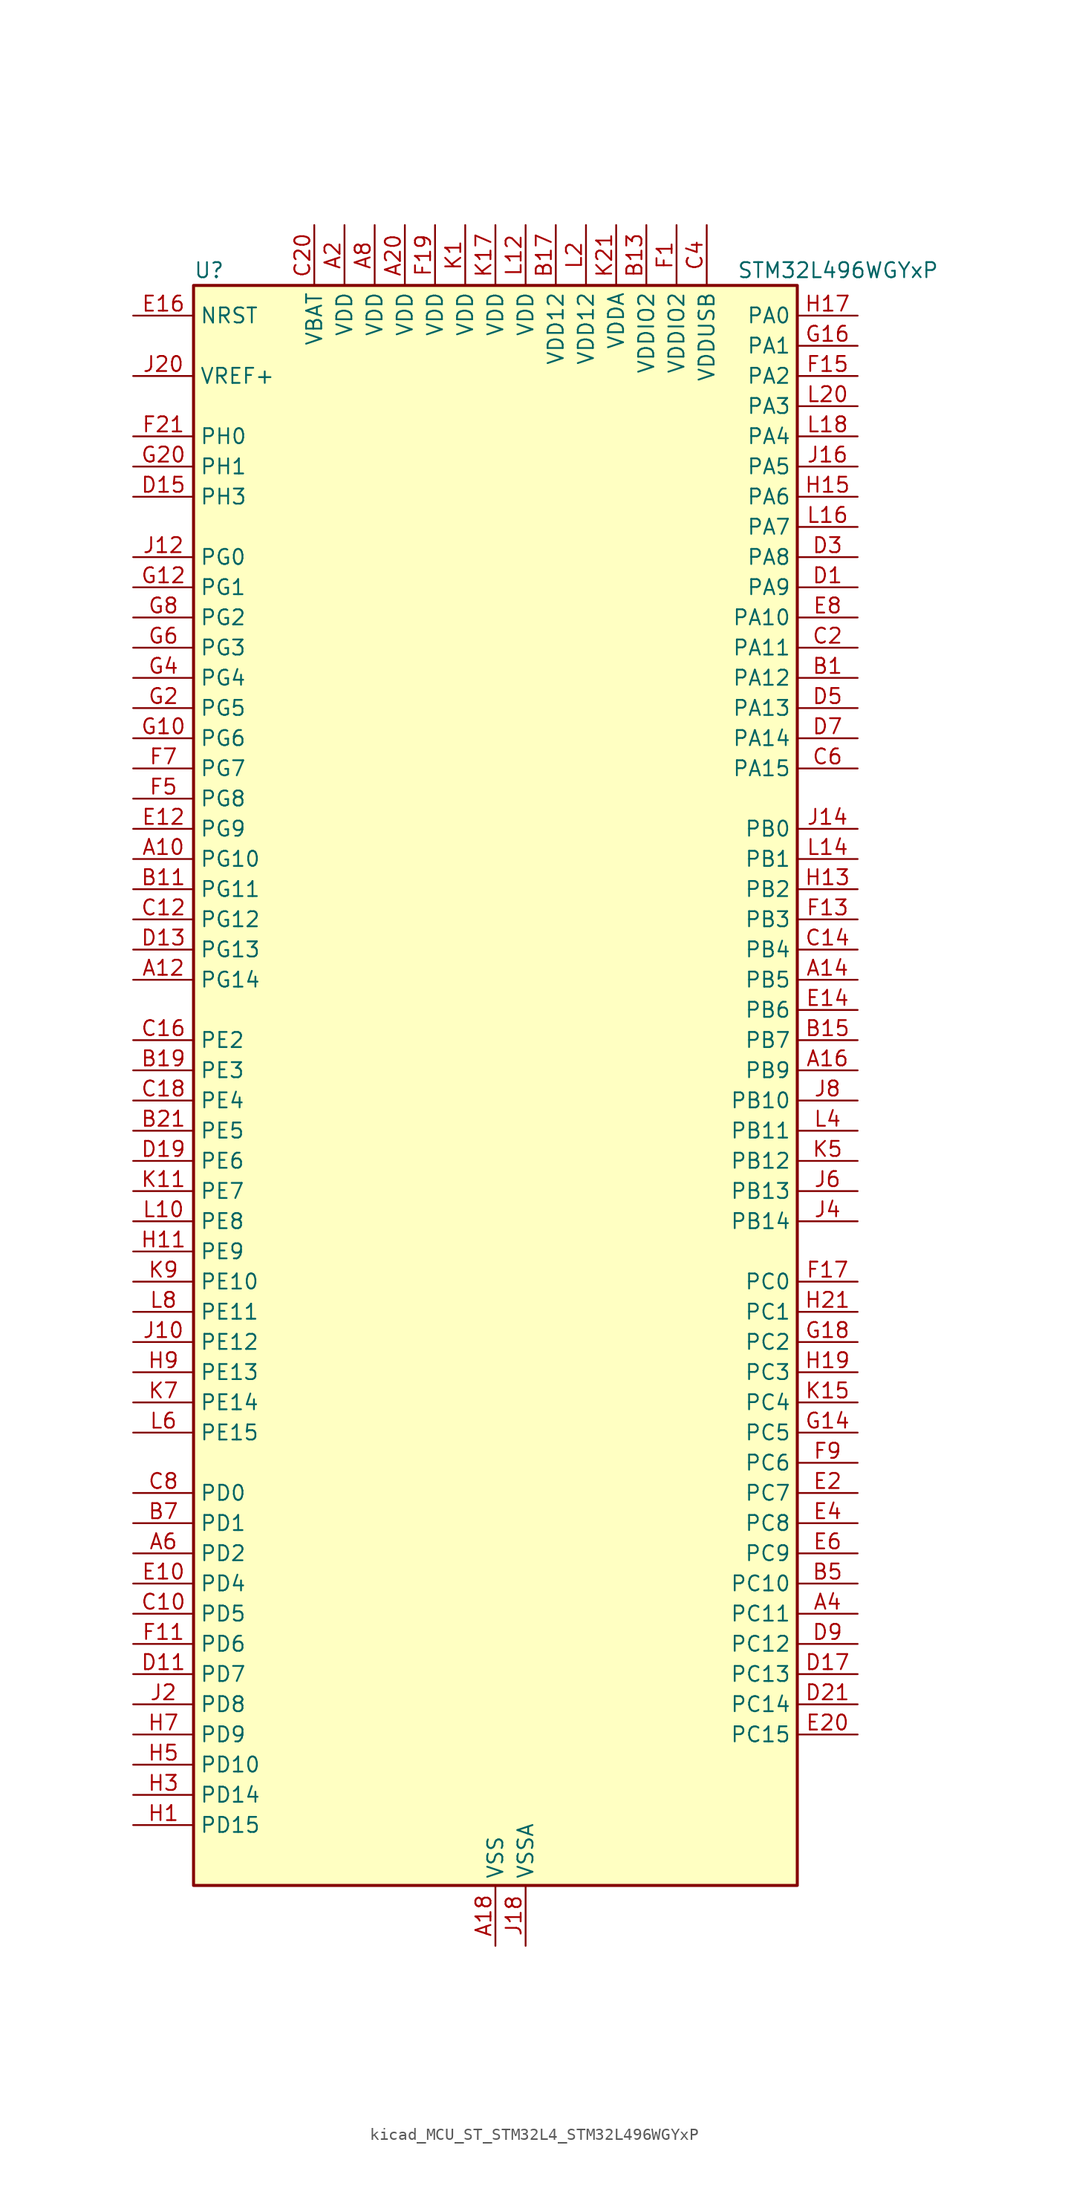
<source format=kicad_sym>
(kicad_symbol_lib
  (version 20220914)
  (generator kicad_symbol_editor)
  (symbol "kicad_MCU_ST_STM32L4_STM32L496WGYxP"
    (property "Reference" "U"
      (at -25.4 69.85 0)
      (effects (font (size 1.27 1.27)) (justify left)))
    (property "Value" "STM32L496WGYxP"
      (at 20.32 69.85 0)
      (effects (font (size 1.27 1.27)) (justify left)))
    (property "ki_locked" ""
      (at 0 0 0)
      (effects (font (size 1.27 1.27))))
    (symbol "kicad_MCU_ST_STM32L4_STM32L496WGYxP_0_1"
      (rectangle (start -25.4 -66.04) (end 25.4 68.58) (stroke (width 0.254) (type default)) (fill (type background))))
    (symbol "kicad_MCU_ST_STM32L4_STM32L496WGYxP_1_1"
      (pin bidirectional line (at -30.48 20.32 0) (length 5.08) (name "PG10" (effects (font (size 1.27 1.27)))) (number "A10" (effects (font (size 1.27 1.27)))) (alternate "FMC_NE3" bidirectional line) (alternate "LPTIM1_IN1" bidirectional line) (alternate "SAI2_FS_A" bidirectional line) (alternate "SPI3_MISO" bidirectional line) (alternate "TIM15_CH1" bidirectional line) (alternate "USART1_RX" bidirectional line))
      (pin bidirectional line (at -30.48 10.16 0) (length 5.08) (name "PG14" (effects (font (size 1.27 1.27)))) (number "A12" (effects (font (size 1.27 1.27)))) (alternate "FMC_A25" bidirectional line) (alternate "I2C1_SCL" bidirectional line))
      (pin bidirectional line (at 30.48 10.16 180) (length 5.08) (name "PB5" (effects (font (size 1.27 1.27)))) (number "A14" (effects (font (size 1.27 1.27)))) (alternate "CAN2_RX" bidirectional line) (alternate "COMP2_OUT" bidirectional line) (alternate "DCMI_D10" bidirectional line) (alternate "I2C1_SMBA" bidirectional line) (alternate "LCD_SEG9" bidirectional line) (alternate "LPTIM1_IN1" bidirectional line) (alternate "SAI1_SD_B" bidirectional line) (alternate "SPI1_MOSI" bidirectional line) (alternate "SPI3_MOSI" bidirectional line) (alternate "TIM16_BKIN" bidirectional line) (alternate "TIM3_CH2" bidirectional line) (alternate "TSC_G2_IO2" bidirectional line) (alternate "UART5_CTS" bidirectional line) (alternate "USART1_CK" bidirectional line))
      (pin bidirectional line (at 30.48 2.54 180) (length 5.08) (name "PB9" (effects (font (size 1.27 1.27)))) (number "A16" (effects (font (size 1.27 1.27)))) (alternate "CAN1_TX" bidirectional line) (alternate "DAC1_EXTI9" bidirectional line) (alternate "DCMI_D7" bidirectional line) (alternate "DFSDM1_CKIN6" bidirectional line) (alternate "I2C1_SDA" bidirectional line) (alternate "IR_OUT" bidirectional line) (alternate "LCD_COM3" bidirectional line) (alternate "SAI1_FS_A" bidirectional line) (alternate "SDMMC1_D5" bidirectional line) (alternate "SPI2_NSS" bidirectional line) (alternate "TIM17_CH1" bidirectional line) (alternate "TIM4_CH4" bidirectional line))
      (pin power_in line (at 0 -71.12 90) (length 5.08) (name "VSS" (effects (font (size 1.27 1.27)))) (number "A18" (effects (font (size 1.27 1.27)))))
      (pin power_in line (at -12.7 73.66 270) (length 5.08) (name "VDD" (effects (font (size 1.27 1.27)))) (number "A2" (effects (font (size 1.27 1.27)))))
      (pin power_in line (at -7.62 73.66 270) (length 5.08) (name "VDD" (effects (font (size 1.27 1.27)))) (number "A20" (effects (font (size 1.27 1.27)))))
      (pin bidirectional line (at 30.48 -43.18 180) (length 5.08) (name "PC11" (effects (font (size 1.27 1.27)))) (number "A4" (effects (font (size 1.27 1.27)))) (alternate "ADC1_EXTI11" bidirectional line) (alternate "ADC2_EXTI11" bidirectional line) (alternate "ADC3_EXTI11" bidirectional line) (alternate "DCMI_D4" bidirectional line) (alternate "LCD_COM5" bidirectional line) (alternate "LCD_SEG29" bidirectional line) (alternate "LCD_SEG41" bidirectional line) (alternate "QUADSPI_BK2_NCS" bidirectional line) (alternate "SAI2_MCLK_B" bidirectional line) (alternate "SDMMC1_D3" bidirectional line) (alternate "SPI3_MISO" bidirectional line) (alternate "TSC_G3_IO3" bidirectional line) (alternate "UART4_RX" bidirectional line) (alternate "USART3_RX" bidirectional line))
      (pin bidirectional line (at -30.48 -38.1 0) (length 5.08) (name "PD2" (effects (font (size 1.27 1.27)))) (number "A6" (effects (font (size 1.27 1.27)))) (alternate "DCMI_D11" bidirectional line) (alternate "LCD_COM7" bidirectional line) (alternate "LCD_SEG31" bidirectional line) (alternate "LCD_SEG43" bidirectional line) (alternate "SDMMC1_CMD" bidirectional line) (alternate "SYS_TRACED2" bidirectional line) (alternate "TIM3_ETR" bidirectional line) (alternate "TSC_SYNC" bidirectional line) (alternate "UART5_RX" bidirectional line) (alternate "USART3_DE" bidirectional line) (alternate "USART3_RTS" bidirectional line))
      (pin power_in line (at -10.16 73.66 270) (length 5.08) (name "VDD" (effects (font (size 1.27 1.27)))) (number "A8" (effects (font (size 1.27 1.27)))))
      (pin bidirectional line (at 30.48 35.56 180) (length 5.08) (name "PA12" (effects (font (size 1.27 1.27)))) (number "B1" (effects (font (size 1.27 1.27)))) (alternate "CAN1_TX" bidirectional line) (alternate "SPI1_MOSI" bidirectional line) (alternate "TIM1_ETR" bidirectional line) (alternate "USART1_DE" bidirectional line) (alternate "USART1_RTS" bidirectional line) (alternate "USB_OTG_FS_DP" bidirectional line))
      (pin bidirectional line (at -30.48 17.78 0) (length 5.08) (name "PG11" (effects (font (size 1.27 1.27)))) (number "B11" (effects (font (size 1.27 1.27)))) (alternate "ADC1_EXTI11" bidirectional line) (alternate "ADC2_EXTI11" bidirectional line) (alternate "ADC3_EXTI11" bidirectional line) (alternate "LPTIM1_IN2" bidirectional line) (alternate "SAI2_MCLK_A" bidirectional line) (alternate "SPI3_MOSI" bidirectional line) (alternate "TIM15_CH2" bidirectional line) (alternate "USART1_CTS" bidirectional line))
      (pin power_in line (at 12.7 73.66 270) (length 5.08) (name "VDDIO2" (effects (font (size 1.27 1.27)))) (number "B13" (effects (font (size 1.27 1.27)))))
      (pin bidirectional line (at 30.48 5.08 180) (length 5.08) (name "PB7" (effects (font (size 1.27 1.27)))) (number "B15" (effects (font (size 1.27 1.27)))) (alternate "COMP2_INM" bidirectional line) (alternate "DCMI_VSYNC" bidirectional line) (alternate "DFSDM1_CKIN5" bidirectional line) (alternate "FMC_NL" bidirectional line) (alternate "I2C1_SDA" bidirectional line) (alternate "I2C4_SDA" bidirectional line) (alternate "LCD_SEG21" bidirectional line) (alternate "LPTIM1_IN2" bidirectional line) (alternate "SYS_PVD_IN" bidirectional line) (alternate "TIM17_CH1N" bidirectional line) (alternate "TIM4_CH2" bidirectional line) (alternate "TIM8_BKIN" bidirectional line) (alternate "TIM8_BKIN_COMP1" bidirectional line) (alternate "TSC_G2_IO4" bidirectional line) (alternate "UART4_CTS" bidirectional line) (alternate "USART1_RX" bidirectional line))
      (pin power_in line (at 5.08 73.66 270) (length 5.08) (name "VDD12" (effects (font (size 1.27 1.27)))) (number "B17" (effects (font (size 1.27 1.27)))))
      (pin bidirectional line (at -30.48 2.54 0) (length 5.08) (name "PE3" (effects (font (size 1.27 1.27)))) (number "B19" (effects (font (size 1.27 1.27)))) (alternate "FMC_A19" bidirectional line) (alternate "LCD_SEG39" bidirectional line) (alternate "SAI1_SD_B" bidirectional line) (alternate "SYS_TRACED0" bidirectional line) (alternate "TIM3_CH1" bidirectional line) (alternate "TSC_G7_IO2" bidirectional line))
      (pin bidirectional line (at -30.48 -2.54 0) (length 5.08) (name "PE5" (effects (font (size 1.27 1.27)))) (number "B21" (effects (font (size 1.27 1.27)))) (alternate "DCMI_D6" bidirectional line) (alternate "DFSDM1_CKIN3" bidirectional line) (alternate "FMC_A21" bidirectional line) (alternate "SAI1_SCK_A" bidirectional line) (alternate "SYS_TRACED2" bidirectional line) (alternate "TIM3_CH3" bidirectional line) (alternate "TSC_G7_IO4" bidirectional line))
      (pin passive line (at 0 -71.12 90) (length 5.08) hide (name "VSS" (effects (font (size 1.27 1.27)))) (number "B3" (effects (font (size 1.27 1.27)))))
      (pin bidirectional line (at 30.48 -40.64 180) (length 5.08) (name "PC10" (effects (font (size 1.27 1.27)))) (number "B5" (effects (font (size 1.27 1.27)))) (alternate "DCMI_D8" bidirectional line) (alternate "LCD_COM4" bidirectional line) (alternate "LCD_SEG28" bidirectional line) (alternate "LCD_SEG40" bidirectional line) (alternate "SAI2_SCK_B" bidirectional line) (alternate "SDMMC1_D2" bidirectional line) (alternate "SPI3_SCK" bidirectional line) (alternate "SYS_TRACED1" bidirectional line) (alternate "TSC_G3_IO2" bidirectional line) (alternate "UART4_TX" bidirectional line) (alternate "USART3_TX" bidirectional line))
      (pin bidirectional line (at -30.48 -35.56 0) (length 5.08) (name "PD1" (effects (font (size 1.27 1.27)))) (number "B7" (effects (font (size 1.27 1.27)))) (alternate "CAN1_TX" bidirectional line) (alternate "DFSDM1_CKIN7" bidirectional line) (alternate "FMC_D3" bidirectional line) (alternate "FMC_DA3" bidirectional line) (alternate "SPI2_SCK" bidirectional line))
      (pin passive line (at 0 -71.12 90) (length 5.08) hide (name "VSS" (effects (font (size 1.27 1.27)))) (number "B9" (effects (font (size 1.27 1.27)))))
      (pin bidirectional line (at -30.48 -43.18 0) (length 5.08) (name "PD5" (effects (font (size 1.27 1.27)))) (number "C10" (effects (font (size 1.27 1.27)))) (alternate "FMC_NWE" bidirectional line) (alternate "QUADSPI_BK2_IO1" bidirectional line) (alternate "USART2_TX" bidirectional line))
      (pin bidirectional line (at -30.48 15.24 0) (length 5.08) (name "PG12" (effects (font (size 1.27 1.27)))) (number "C12" (effects (font (size 1.27 1.27)))) (alternate "FMC_NE4" bidirectional line) (alternate "LPTIM1_ETR" bidirectional line) (alternate "SAI2_SD_A" bidirectional line) (alternate "SPI3_NSS" bidirectional line) (alternate "USART1_DE" bidirectional line) (alternate "USART1_RTS" bidirectional line))
      (pin bidirectional line (at 30.48 12.7 180) (length 5.08) (name "PB4" (effects (font (size 1.27 1.27)))) (number "C14" (effects (font (size 1.27 1.27)))) (alternate "COMP2_INP" bidirectional line) (alternate "DCMI_D12" bidirectional line) (alternate "I2C3_SDA" bidirectional line) (alternate "LCD_SEG8" bidirectional line) (alternate "SAI1_MCLK_B" bidirectional line) (alternate "SPI1_MISO" bidirectional line) (alternate "SPI3_MISO" bidirectional line) (alternate "SYS_JTRST" bidirectional line) (alternate "TIM17_BKIN" bidirectional line) (alternate "TIM3_CH1" bidirectional line) (alternate "TSC_G2_IO1" bidirectional line) (alternate "UART5_DE" bidirectional line) (alternate "UART5_RTS" bidirectional line) (alternate "USART1_CTS" bidirectional line))
      (pin bidirectional line (at -30.48 5.08 0) (length 5.08) (name "PE2" (effects (font (size 1.27 1.27)))) (number "C16" (effects (font (size 1.27 1.27)))) (alternate "FMC_A23" bidirectional line) (alternate "LCD_SEG38" bidirectional line) (alternate "SAI1_MCLK_A" bidirectional line) (alternate "SYS_TRACECLK" bidirectional line) (alternate "TIM3_ETR" bidirectional line) (alternate "TSC_G7_IO1" bidirectional line))
      (pin bidirectional line (at -30.48 0 0) (length 5.08) (name "PE4" (effects (font (size 1.27 1.27)))) (number "C18" (effects (font (size 1.27 1.27)))) (alternate "DCMI_D4" bidirectional line) (alternate "DFSDM1_DATIN3" bidirectional line) (alternate "FMC_A20" bidirectional line) (alternate "SAI1_FS_A" bidirectional line) (alternate "SYS_TRACED1" bidirectional line) (alternate "TIM3_CH2" bidirectional line) (alternate "TSC_G7_IO3" bidirectional line))
      (pin bidirectional line (at 30.48 38.1 180) (length 5.08) (name "PA11" (effects (font (size 1.27 1.27)))) (number "C2" (effects (font (size 1.27 1.27)))) (alternate "ADC1_EXTI11" bidirectional line) (alternate "ADC2_EXTI11" bidirectional line) (alternate "ADC3_EXTI11" bidirectional line) (alternate "CAN1_RX" bidirectional line) (alternate "SPI1_MISO" bidirectional line) (alternate "TIM1_BKIN2" bidirectional line) (alternate "TIM1_BKIN2_COMP1" bidirectional line) (alternate "TIM1_CH4" bidirectional line) (alternate "USART1_CTS" bidirectional line) (alternate "USB_OTG_FS_DM" bidirectional line))
      (pin power_in line (at -15.24 73.66 270) (length 5.08) (name "VBAT" (effects (font (size 1.27 1.27)))) (number "C20" (effects (font (size 1.27 1.27)))))
      (pin power_in line (at 17.78 73.66 270) (length 5.08) (name "VDDUSB" (effects (font (size 1.27 1.27)))) (number "C4" (effects (font (size 1.27 1.27)))))
      (pin bidirectional line (at 30.48 27.94 180) (length 5.08) (name "PA15" (effects (font (size 1.27 1.27)))) (number "C6" (effects (font (size 1.27 1.27)))) (alternate "ADC1_EXTI15" bidirectional line) (alternate "ADC2_EXTI15" bidirectional line) (alternate "ADC3_EXTI15" bidirectional line) (alternate "LCD_SEG17" bidirectional line) (alternate "SAI2_FS_B" bidirectional line) (alternate "SPI1_NSS" bidirectional line) (alternate "SPI3_NSS" bidirectional line) (alternate "SWPMI1_SUSPEND" bidirectional line) (alternate "SYS_JTDI" bidirectional line) (alternate "TIM2_CH1" bidirectional line) (alternate "TIM2_ETR" bidirectional line) (alternate "TSC_G3_IO1" bidirectional line) (alternate "UART4_DE" bidirectional line) (alternate "UART4_RTS" bidirectional line) (alternate "USART2_RX" bidirectional line) (alternate "USART3_DE" bidirectional line) (alternate "USART3_RTS" bidirectional line))
      (pin bidirectional line (at -30.48 -33.02 0) (length 5.08) (name "PD0" (effects (font (size 1.27 1.27)))) (number "C8" (effects (font (size 1.27 1.27)))) (alternate "CAN1_RX" bidirectional line) (alternate "DFSDM1_DATIN7" bidirectional line) (alternate "FMC_D2" bidirectional line) (alternate "FMC_DA2" bidirectional line) (alternate "SPI2_NSS" bidirectional line))
      (pin bidirectional line (at 30.48 43.18 180) (length 5.08) (name "PA9" (effects (font (size 1.27 1.27)))) (number "D1" (effects (font (size 1.27 1.27)))) (alternate "DAC1_EXTI9" bidirectional line) (alternate "DCMI_D0" bidirectional line) (alternate "LCD_COM1" bidirectional line) (alternate "SAI1_FS_A" bidirectional line) (alternate "SPI2_SCK" bidirectional line) (alternate "TIM15_BKIN" bidirectional line) (alternate "TIM1_CH2" bidirectional line) (alternate "USART1_TX" bidirectional line) (alternate "USB_OTG_FS_VBUS" bidirectional line))
      (pin bidirectional line (at -30.48 -48.26 0) (length 5.08) (name "PD7" (effects (font (size 1.27 1.27)))) (number "D11" (effects (font (size 1.27 1.27)))) (alternate "DFSDM1_CKIN1" bidirectional line) (alternate "FMC_NE1" bidirectional line) (alternate "QUADSPI_BK2_IO3" bidirectional line) (alternate "USART2_CK" bidirectional line))
      (pin bidirectional line (at -30.48 12.7 0) (length 5.08) (name "PG13" (effects (font (size 1.27 1.27)))) (number "D13" (effects (font (size 1.27 1.27)))) (alternate "FMC_A24" bidirectional line) (alternate "I2C1_SDA" bidirectional line) (alternate "USART1_CK" bidirectional line))
      (pin bidirectional line (at -30.48 50.8 0) (length 5.08) (name "PH3" (effects (font (size 1.27 1.27)))) (number "D15" (effects (font (size 1.27 1.27)))))
      (pin bidirectional line (at 30.48 -48.26 180) (length 5.08) (name "PC13" (effects (font (size 1.27 1.27)))) (number "D17" (effects (font (size 1.27 1.27)))) (alternate "RTC_OUT_ALARM" bidirectional line) (alternate "RTC_OUT_CALIB" bidirectional line) (alternate "RTC_TAMP1" bidirectional line) (alternate "RTC_TS" bidirectional line) (alternate "SYS_WKUP2" bidirectional line))
      (pin bidirectional line (at -30.48 -5.08 0) (length 5.08) (name "PE6" (effects (font (size 1.27 1.27)))) (number "D19" (effects (font (size 1.27 1.27)))) (alternate "DCMI_D7" bidirectional line) (alternate "FMC_A22" bidirectional line) (alternate "RTC_TAMP3" bidirectional line) (alternate "SAI1_SD_A" bidirectional line) (alternate "SYS_TRACED3" bidirectional line) (alternate "SYS_WKUP3" bidirectional line) (alternate "TIM3_CH4" bidirectional line))
      (pin bidirectional line (at 30.48 -50.8 180) (length 5.08) (name "PC14" (effects (font (size 1.27 1.27)))) (number "D21" (effects (font (size 1.27 1.27)))) (alternate "RCC_OSC32_IN" bidirectional line))
      (pin bidirectional line (at 30.48 45.72 180) (length 5.08) (name "PA8" (effects (font (size 1.27 1.27)))) (number "D3" (effects (font (size 1.27 1.27)))) (alternate "LCD_COM0" bidirectional line) (alternate "LPTIM2_OUT" bidirectional line) (alternate "RCC_MCO" bidirectional line) (alternate "SAI1_SCK_A" bidirectional line) (alternate "SWPMI1_IO" bidirectional line) (alternate "TIM1_CH1" bidirectional line) (alternate "USART1_CK" bidirectional line) (alternate "USB_OTG_FS_SOF" bidirectional line))
      (pin bidirectional line (at 30.48 33.02 180) (length 5.08) (name "PA13" (effects (font (size 1.27 1.27)))) (number "D5" (effects (font (size 1.27 1.27)))) (alternate "IR_OUT" bidirectional line) (alternate "SAI1_SD_B" bidirectional line) (alternate "SWPMI1_TX" bidirectional line) (alternate "SYS_JTMS-SWDIO" bidirectional line) (alternate "USB_OTG_FS_NOE" bidirectional line))
      (pin bidirectional line (at 30.48 30.48 180) (length 5.08) (name "PA14" (effects (font (size 1.27 1.27)))) (number "D7" (effects (font (size 1.27 1.27)))) (alternate "I2C1_SMBA" bidirectional line) (alternate "I2C4_SMBA" bidirectional line) (alternate "LPTIM1_OUT" bidirectional line) (alternate "SAI1_FS_B" bidirectional line) (alternate "SWPMI1_RX" bidirectional line) (alternate "SYS_JTCK-SWCLK" bidirectional line) (alternate "USB_OTG_FS_SOF" bidirectional line))
      (pin bidirectional line (at 30.48 -45.72 180) (length 5.08) (name "PC12" (effects (font (size 1.27 1.27)))) (number "D9" (effects (font (size 1.27 1.27)))) (alternate "DCMI_D9" bidirectional line) (alternate "LCD_COM6" bidirectional line) (alternate "LCD_SEG30" bidirectional line) (alternate "LCD_SEG42" bidirectional line) (alternate "SAI2_SD_B" bidirectional line) (alternate "SDMMC1_CK" bidirectional line) (alternate "SPI3_MOSI" bidirectional line) (alternate "SYS_TRACED3" bidirectional line) (alternate "TSC_G3_IO4" bidirectional line) (alternate "UART5_TX" bidirectional line) (alternate "USART3_CK" bidirectional line))
      (pin bidirectional line (at -30.48 -40.64 0) (length 5.08) (name "PD4" (effects (font (size 1.27 1.27)))) (number "E10" (effects (font (size 1.27 1.27)))) (alternate "DFSDM1_CKIN0" bidirectional line) (alternate "FMC_NOE" bidirectional line) (alternate "QUADSPI_BK2_IO0" bidirectional line) (alternate "SPI2_MOSI" bidirectional line) (alternate "USART2_DE" bidirectional line) (alternate "USART2_RTS" bidirectional line))
      (pin bidirectional line (at -30.48 22.86 0) (length 5.08) (name "PG9" (effects (font (size 1.27 1.27)))) (number "E12" (effects (font (size 1.27 1.27)))) (alternate "DAC1_EXTI9" bidirectional line) (alternate "FMC_NCE" bidirectional line) (alternate "FMC_NE2" bidirectional line) (alternate "SAI2_SCK_A" bidirectional line) (alternate "SPI3_SCK" bidirectional line) (alternate "TIM15_CH1N" bidirectional line) (alternate "USART1_TX" bidirectional line))
      (pin bidirectional line (at 30.48 7.62 180) (length 5.08) (name "PB6" (effects (font (size 1.27 1.27)))) (number "E14" (effects (font (size 1.27 1.27)))) (alternate "CAN2_TX" bidirectional line) (alternate "COMP2_INP" bidirectional line) (alternate "DCMI_D5" bidirectional line) (alternate "DFSDM1_DATIN5" bidirectional line) (alternate "I2C1_SCL" bidirectional line) (alternate "I2C4_SCL" bidirectional line) (alternate "LPTIM1_ETR" bidirectional line) (alternate "SAI1_FS_B" bidirectional line) (alternate "TIM16_CH1N" bidirectional line) (alternate "TIM4_CH1" bidirectional line) (alternate "TIM8_BKIN2" bidirectional line) (alternate "TIM8_BKIN2_COMP2" bidirectional line) (alternate "TSC_G2_IO3" bidirectional line) (alternate "USART1_TX" bidirectional line))
      (pin input line (at -30.48 66.04 0) (length 5.08) (name "NRST" (effects (font (size 1.27 1.27)))) (number "E16" (effects (font (size 1.27 1.27)))))
      (pin passive line (at 0 -71.12 90) (length 5.08) hide (name "VSS" (effects (font (size 1.27 1.27)))) (number "E18" (effects (font (size 1.27 1.27)))))
      (pin bidirectional line (at 30.48 -33.02 180) (length 5.08) (name "PC7" (effects (font (size 1.27 1.27)))) (number "E2" (effects (font (size 1.27 1.27)))) (alternate "DCMI_D1" bidirectional line) (alternate "DFSDM1_DATIN3" bidirectional line) (alternate "LCD_SEG25" bidirectional line) (alternate "SAI2_MCLK_B" bidirectional line) (alternate "SDMMC1_D7" bidirectional line) (alternate "TIM3_CH2" bidirectional line) (alternate "TIM8_CH2" bidirectional line) (alternate "TSC_G4_IO2" bidirectional line))
      (pin bidirectional line (at 30.48 -53.34 180) (length 5.08) (name "PC15" (effects (font (size 1.27 1.27)))) (number "E20" (effects (font (size 1.27 1.27)))) (alternate "ADC1_EXTI15" bidirectional line) (alternate "ADC2_EXTI15" bidirectional line) (alternate "ADC3_EXTI15" bidirectional line) (alternate "RCC_OSC32_OUT" bidirectional line))
      (pin bidirectional line (at 30.48 -35.56 180) (length 5.08) (name "PC8" (effects (font (size 1.27 1.27)))) (number "E4" (effects (font (size 1.27 1.27)))) (alternate "DCMI_D2" bidirectional line) (alternate "LCD_SEG26" bidirectional line) (alternate "SDMMC1_D0" bidirectional line) (alternate "TIM3_CH3" bidirectional line) (alternate "TIM8_CH3" bidirectional line) (alternate "TSC_G4_IO3" bidirectional line))
      (pin bidirectional line (at 30.48 -38.1 180) (length 5.08) (name "PC9" (effects (font (size 1.27 1.27)))) (number "E6" (effects (font (size 1.27 1.27)))) (alternate "DAC1_EXTI9" bidirectional line) (alternate "DCMI_D3" bidirectional line) (alternate "I2C3_SDA" bidirectional line) (alternate "LCD_SEG27" bidirectional line) (alternate "SAI2_EXTCLK" bidirectional line) (alternate "SDMMC1_D1" bidirectional line) (alternate "TIM3_CH4" bidirectional line) (alternate "TIM8_BKIN2" bidirectional line) (alternate "TIM8_BKIN2_COMP1" bidirectional line) (alternate "TIM8_CH4" bidirectional line) (alternate "TSC_G4_IO4" bidirectional line) (alternate "USB_OTG_FS_NOE" bidirectional line))
      (pin bidirectional line (at 30.48 40.64 180) (length 5.08) (name "PA10" (effects (font (size 1.27 1.27)))) (number "E8" (effects (font (size 1.27 1.27)))) (alternate "DCMI_D1" bidirectional line) (alternate "LCD_COM2" bidirectional line) (alternate "SAI1_SD_A" bidirectional line) (alternate "TIM17_BKIN" bidirectional line) (alternate "TIM1_CH3" bidirectional line) (alternate "USART1_RX" bidirectional line) (alternate "USB_OTG_FS_ID" bidirectional line))
      (pin power_in line (at 15.24 73.66 270) (length 5.08) (name "VDDIO2" (effects (font (size 1.27 1.27)))) (number "F1" (effects (font (size 1.27 1.27)))))
      (pin bidirectional line (at -30.48 -45.72 0) (length 5.08) (name "PD6" (effects (font (size 1.27 1.27)))) (number "F11" (effects (font (size 1.27 1.27)))) (alternate "DCMI_D10" bidirectional line) (alternate "DFSDM1_DATIN1" bidirectional line) (alternate "FMC_NWAIT" bidirectional line) (alternate "QUADSPI_BK2_IO1" bidirectional line) (alternate "QUADSPI_BK2_IO2" bidirectional line) (alternate "SAI1_SD_A" bidirectional line) (alternate "USART2_RX" bidirectional line))
      (pin bidirectional line (at 30.48 15.24 180) (length 5.08) (name "PB3" (effects (font (size 1.27 1.27)))) (number "F13" (effects (font (size 1.27 1.27)))) (alternate "COMP2_INM" bidirectional line) (alternate "CRS_SYNC" bidirectional line) (alternate "LCD_SEG7" bidirectional line) (alternate "SAI1_SCK_B" bidirectional line) (alternate "SPI1_SCK" bidirectional line) (alternate "SPI3_SCK" bidirectional line) (alternate "SYS_JTDO-SWO" bidirectional line) (alternate "TIM2_CH2" bidirectional line) (alternate "USART1_DE" bidirectional line) (alternate "USART1_RTS" bidirectional line))
      (pin bidirectional line (at 30.48 60.96 180) (length 5.08) (name "PA2" (effects (font (size 1.27 1.27)))) (number "F15" (effects (font (size 1.27 1.27)))) (alternate "ADC1_IN7" bidirectional line) (alternate "ADC2_IN7" bidirectional line) (alternate "LCD_SEG1" bidirectional line) (alternate "LPUART1_TX" bidirectional line) (alternate "QUADSPI_BK1_NCS" bidirectional line) (alternate "RCC_LSCO" bidirectional line) (alternate "SAI2_EXTCLK" bidirectional line) (alternate "SYS_WKUP4" bidirectional line) (alternate "TIM15_CH1" bidirectional line) (alternate "TIM2_CH3" bidirectional line) (alternate "TIM5_CH3" bidirectional line) (alternate "USART2_TX" bidirectional line))
      (pin bidirectional line (at 30.48 -15.24 180) (length 5.08) (name "PC0" (effects (font (size 1.27 1.27)))) (number "F17" (effects (font (size 1.27 1.27)))) (alternate "ADC1_IN1" bidirectional line) (alternate "ADC2_IN1" bidirectional line) (alternate "ADC3_IN1" bidirectional line) (alternate "DFSDM1_DATIN4" bidirectional line) (alternate "I2C3_SCL" bidirectional line) (alternate "I2C4_SCL" bidirectional line) (alternate "LCD_SEG18" bidirectional line) (alternate "LPTIM1_IN1" bidirectional line) (alternate "LPTIM2_IN1" bidirectional line) (alternate "LPUART1_RX" bidirectional line))
      (pin power_in line (at -5.08 73.66 270) (length 5.08) (name "VDD" (effects (font (size 1.27 1.27)))) (number "F19" (effects (font (size 1.27 1.27)))))
      (pin bidirectional line (at -30.48 55.88 0) (length 5.08) (name "PH0" (effects (font (size 1.27 1.27)))) (number "F21" (effects (font (size 1.27 1.27)))) (alternate "RCC_OSC_IN" bidirectional line))
      (pin passive line (at 0 -71.12 90) (length 5.08) hide (name "VSS" (effects (font (size 1.27 1.27)))) (number "F3" (effects (font (size 1.27 1.27)))))
      (pin bidirectional line (at -30.48 25.4 0) (length 5.08) (name "PG8" (effects (font (size 1.27 1.27)))) (number "F5" (effects (font (size 1.27 1.27)))) (alternate "I2C3_SDA" bidirectional line) (alternate "LPUART1_RX" bidirectional line))
      (pin bidirectional line (at -30.48 27.94 0) (length 5.08) (name "PG7" (effects (font (size 1.27 1.27)))) (number "F7" (effects (font (size 1.27 1.27)))) (alternate "FMC_INT" bidirectional line) (alternate "I2C3_SCL" bidirectional line) (alternate "LPUART1_TX" bidirectional line) (alternate "SAI1_MCLK_A" bidirectional line))
      (pin bidirectional line (at 30.48 -30.48 180) (length 5.08) (name "PC6" (effects (font (size 1.27 1.27)))) (number "F9" (effects (font (size 1.27 1.27)))) (alternate "DCMI_D0" bidirectional line) (alternate "DFSDM1_CKIN3" bidirectional line) (alternate "LCD_SEG24" bidirectional line) (alternate "SAI2_MCLK_A" bidirectional line) (alternate "SDMMC1_D6" bidirectional line) (alternate "TIM3_CH1" bidirectional line) (alternate "TIM8_CH1" bidirectional line) (alternate "TSC_G4_IO1" bidirectional line))
      (pin bidirectional line (at -30.48 30.48 0) (length 5.08) (name "PG6" (effects (font (size 1.27 1.27)))) (number "G10" (effects (font (size 1.27 1.27)))) (alternate "I2C3_SMBA" bidirectional line) (alternate "LPUART1_DE" bidirectional line) (alternate "LPUART1_RTS" bidirectional line))
      (pin bidirectional line (at -30.48 43.18 0) (length 5.08) (name "PG1" (effects (font (size 1.27 1.27)))) (number "G12" (effects (font (size 1.27 1.27)))) (alternate "FMC_A11" bidirectional line) (alternate "TSC_G8_IO4" bidirectional line))
      (pin bidirectional line (at 30.48 -27.94 180) (length 5.08) (name "PC5" (effects (font (size 1.27 1.27)))) (number "G14" (effects (font (size 1.27 1.27)))) (alternate "ADC1_IN14" bidirectional line) (alternate "ADC2_IN14" bidirectional line) (alternate "COMP1_INP" bidirectional line) (alternate "LCD_SEG23" bidirectional line) (alternate "SYS_WKUP5" bidirectional line) (alternate "USART3_RX" bidirectional line))
      (pin bidirectional line (at 30.48 63.5 180) (length 5.08) (name "PA1" (effects (font (size 1.27 1.27)))) (number "G16" (effects (font (size 1.27 1.27)))) (alternate "ADC1_IN6" bidirectional line) (alternate "ADC2_IN6" bidirectional line) (alternate "I2C1_SMBA" bidirectional line) (alternate "LCD_SEG0" bidirectional line) (alternate "OPAMP1_VINM" bidirectional line) (alternate "SPI1_SCK" bidirectional line) (alternate "TIM15_CH1N" bidirectional line) (alternate "TIM2_CH2" bidirectional line) (alternate "TIM5_CH2" bidirectional line) (alternate "UART4_RX" bidirectional line) (alternate "USART2_DE" bidirectional line) (alternate "USART2_RTS" bidirectional line))
      (pin bidirectional line (at 30.48 -20.32 180) (length 5.08) (name "PC2" (effects (font (size 1.27 1.27)))) (number "G18" (effects (font (size 1.27 1.27)))) (alternate "ADC1_IN3" bidirectional line) (alternate "ADC2_IN3" bidirectional line) (alternate "ADC3_IN3" bidirectional line) (alternate "DFSDM1_CKOUT" bidirectional line) (alternate "LCD_SEG20" bidirectional line) (alternate "LPTIM1_IN2" bidirectional line) (alternate "QUADSPI_BK2_IO1" bidirectional line) (alternate "SPI2_MISO" bidirectional line))
      (pin bidirectional line (at -30.48 33.02 0) (length 5.08) (name "PG5" (effects (font (size 1.27 1.27)))) (number "G2" (effects (font (size 1.27 1.27)))) (alternate "FMC_A15" bidirectional line) (alternate "LPUART1_CTS" bidirectional line) (alternate "SAI2_SD_B" bidirectional line) (alternate "SPI1_NSS" bidirectional line))
      (pin bidirectional line (at -30.48 53.34 0) (length 5.08) (name "PH1" (effects (font (size 1.27 1.27)))) (number "G20" (effects (font (size 1.27 1.27)))) (alternate "RCC_OSC_OUT" bidirectional line))
      (pin bidirectional line (at -30.48 35.56 0) (length 5.08) (name "PG4" (effects (font (size 1.27 1.27)))) (number "G4" (effects (font (size 1.27 1.27)))) (alternate "FMC_A14" bidirectional line) (alternate "SAI2_MCLK_B" bidirectional line) (alternate "SPI1_MOSI" bidirectional line))
      (pin bidirectional line (at -30.48 38.1 0) (length 5.08) (name "PG3" (effects (font (size 1.27 1.27)))) (number "G6" (effects (font (size 1.27 1.27)))) (alternate "FMC_A13" bidirectional line) (alternate "SAI2_FS_B" bidirectional line) (alternate "SPI1_MISO" bidirectional line))
      (pin bidirectional line (at -30.48 40.64 0) (length 5.08) (name "PG2" (effects (font (size 1.27 1.27)))) (number "G8" (effects (font (size 1.27 1.27)))) (alternate "FMC_A12" bidirectional line) (alternate "SAI2_SCK_B" bidirectional line) (alternate "SPI1_SCK" bidirectional line))
      (pin bidirectional line (at -30.48 -60.96 0) (length 5.08) (name "PD15" (effects (font (size 1.27 1.27)))) (number "H1" (effects (font (size 1.27 1.27)))) (alternate "ADC1_EXTI15" bidirectional line) (alternate "ADC2_EXTI15" bidirectional line) (alternate "ADC3_EXTI15" bidirectional line) (alternate "FMC_D1" bidirectional line) (alternate "FMC_DA1" bidirectional line) (alternate "LCD_SEG35" bidirectional line) (alternate "TIM4_CH4" bidirectional line))
      (pin bidirectional line (at -30.48 -12.7 0) (length 5.08) (name "PE9" (effects (font (size 1.27 1.27)))) (number "H11" (effects (font (size 1.27 1.27)))) (alternate "DAC1_EXTI9" bidirectional line) (alternate "DFSDM1_CKOUT" bidirectional line) (alternate "FMC_D6" bidirectional line) (alternate "FMC_DA6" bidirectional line) (alternate "SAI1_FS_B" bidirectional line) (alternate "TIM1_CH1" bidirectional line))
      (pin bidirectional line (at 30.48 17.78 180) (length 5.08) (name "PB2" (effects (font (size 1.27 1.27)))) (number "H13" (effects (font (size 1.27 1.27)))) (alternate "COMP1_INP" bidirectional line) (alternate "DFSDM1_CKIN0" bidirectional line) (alternate "I2C3_SMBA" bidirectional line) (alternate "LCD_VLCD" bidirectional line) (alternate "LPTIM1_OUT" bidirectional line) (alternate "RTC_OUT_ALARM" bidirectional line) (alternate "RTC_OUT_CALIB" bidirectional line))
      (pin bidirectional line (at 30.48 50.8 180) (length 5.08) (name "PA6" (effects (font (size 1.27 1.27)))) (number "H15" (effects (font (size 1.27 1.27)))) (alternate "ADC1_IN11" bidirectional line) (alternate "ADC2_IN11" bidirectional line) (alternate "DCMI_PIXCLK" bidirectional line) (alternate "LCD_SEG3" bidirectional line) (alternate "LPUART1_CTS" bidirectional line) (alternate "OPAMP2_VINP" bidirectional line) (alternate "QUADSPI_BK1_IO3" bidirectional line) (alternate "SPI1_MISO" bidirectional line) (alternate "TIM16_CH1" bidirectional line) (alternate "TIM1_BKIN" bidirectional line) (alternate "TIM1_BKIN_COMP2" bidirectional line) (alternate "TIM3_CH1" bidirectional line) (alternate "TIM8_BKIN" bidirectional line) (alternate "TIM8_BKIN_COMP2" bidirectional line) (alternate "USART3_CTS" bidirectional line))
      (pin bidirectional line (at 30.48 66.04 180) (length 5.08) (name "PA0" (effects (font (size 1.27 1.27)))) (number "H17" (effects (font (size 1.27 1.27)))) (alternate "ADC1_IN5" bidirectional line) (alternate "ADC2_IN5" bidirectional line) (alternate "OPAMP1_VINP" bidirectional line) (alternate "RTC_TAMP2" bidirectional line) (alternate "SAI1_EXTCLK" bidirectional line) (alternate "SYS_WKUP1" bidirectional line) (alternate "TIM2_CH1" bidirectional line) (alternate "TIM2_ETR" bidirectional line) (alternate "TIM5_CH1" bidirectional line) (alternate "TIM8_ETR" bidirectional line) (alternate "UART4_TX" bidirectional line) (alternate "USART2_CTS" bidirectional line))
      (pin bidirectional line (at 30.48 -22.86 180) (length 5.08) (name "PC3" (effects (font (size 1.27 1.27)))) (number "H19" (effects (font (size 1.27 1.27)))) (alternate "ADC1_IN4" bidirectional line) (alternate "ADC2_IN4" bidirectional line) (alternate "ADC3_IN4" bidirectional line) (alternate "LCD_VLCD" bidirectional line) (alternate "LPTIM1_ETR" bidirectional line) (alternate "LPTIM2_ETR" bidirectional line) (alternate "QUADSPI_BK2_IO2" bidirectional line) (alternate "SAI1_SD_A" bidirectional line) (alternate "SPI2_MOSI" bidirectional line))
      (pin bidirectional line (at 30.48 -17.78 180) (length 5.08) (name "PC1" (effects (font (size 1.27 1.27)))) (number "H21" (effects (font (size 1.27 1.27)))) (alternate "ADC1_IN2" bidirectional line) (alternate "ADC2_IN2" bidirectional line) (alternate "ADC3_IN2" bidirectional line) (alternate "DFSDM1_CKIN4" bidirectional line) (alternate "I2C3_SDA" bidirectional line) (alternate "I2C4_SDA" bidirectional line) (alternate "LCD_SEG19" bidirectional line) (alternate "LPTIM1_OUT" bidirectional line) (alternate "LPUART1_TX" bidirectional line) (alternate "QUADSPI_BK2_IO0" bidirectional line) (alternate "SAI1_SD_A" bidirectional line) (alternate "SPI2_MOSI" bidirectional line) (alternate "SYS_TRACED0" bidirectional line))
      (pin bidirectional line (at -30.48 -58.42 0) (length 5.08) (name "PD14" (effects (font (size 1.27 1.27)))) (number "H3" (effects (font (size 1.27 1.27)))) (alternate "FMC_D0" bidirectional line) (alternate "FMC_DA0" bidirectional line) (alternate "LCD_SEG34" bidirectional line) (alternate "TIM4_CH3" bidirectional line))
      (pin bidirectional line (at -30.48 -55.88 0) (length 5.08) (name "PD10" (effects (font (size 1.27 1.27)))) (number "H5" (effects (font (size 1.27 1.27)))) (alternate "FMC_D15" bidirectional line) (alternate "FMC_DA15" bidirectional line) (alternate "LCD_SEG30" bidirectional line) (alternate "SAI2_SCK_A" bidirectional line) (alternate "TSC_G6_IO1" bidirectional line) (alternate "USART3_CK" bidirectional line))
      (pin bidirectional line (at -30.48 -53.34 0) (length 5.08) (name "PD9" (effects (font (size 1.27 1.27)))) (number "H7" (effects (font (size 1.27 1.27)))) (alternate "DAC1_EXTI9" bidirectional line) (alternate "DCMI_PIXCLK" bidirectional line) (alternate "FMC_D14" bidirectional line) (alternate "FMC_DA14" bidirectional line) (alternate "LCD_SEG29" bidirectional line) (alternate "SAI2_MCLK_A" bidirectional line) (alternate "USART3_RX" bidirectional line))
      (pin bidirectional line (at -30.48 -22.86 0) (length 5.08) (name "PE13" (effects (font (size 1.27 1.27)))) (number "H9" (effects (font (size 1.27 1.27)))) (alternate "DFSDM1_CKIN5" bidirectional line) (alternate "FMC_D10" bidirectional line) (alternate "FMC_DA10" bidirectional line) (alternate "QUADSPI_BK1_IO1" bidirectional line) (alternate "SPI1_SCK" bidirectional line) (alternate "TIM1_CH3" bidirectional line) (alternate "TSC_G5_IO4" bidirectional line))
      (pin bidirectional line (at -30.48 -20.32 0) (length 5.08) (name "PE12" (effects (font (size 1.27 1.27)))) (number "J10" (effects (font (size 1.27 1.27)))) (alternate "DFSDM1_DATIN5" bidirectional line) (alternate "FMC_D9" bidirectional line) (alternate "FMC_DA9" bidirectional line) (alternate "QUADSPI_BK1_IO0" bidirectional line) (alternate "SPI1_NSS" bidirectional line) (alternate "TIM1_CH3N" bidirectional line) (alternate "TSC_G5_IO3" bidirectional line))
      (pin bidirectional line (at -30.48 45.72 0) (length 5.08) (name "PG0" (effects (font (size 1.27 1.27)))) (number "J12" (effects (font (size 1.27 1.27)))) (alternate "FMC_A10" bidirectional line) (alternate "TSC_G8_IO3" bidirectional line))
      (pin bidirectional line (at 30.48 22.86 180) (length 5.08) (name "PB0" (effects (font (size 1.27 1.27)))) (number "J14" (effects (font (size 1.27 1.27)))) (alternate "ADC1_IN15" bidirectional line) (alternate "ADC2_IN15" bidirectional line) (alternate "COMP1_OUT" bidirectional line) (alternate "LCD_SEG5" bidirectional line) (alternate "OPAMP2_VOUT" bidirectional line) (alternate "QUADSPI_BK1_IO1" bidirectional line) (alternate "SAI1_EXTCLK" bidirectional line) (alternate "SPI1_NSS" bidirectional line) (alternate "TIM1_CH2N" bidirectional line) (alternate "TIM3_CH3" bidirectional line) (alternate "TIM8_CH2N" bidirectional line) (alternate "USART3_CK" bidirectional line))
      (pin bidirectional line (at 30.48 53.34 180) (length 5.08) (name "PA5" (effects (font (size 1.27 1.27)))) (number "J16" (effects (font (size 1.27 1.27)))) (alternate "ADC1_IN10" bidirectional line) (alternate "ADC2_IN10" bidirectional line) (alternate "DAC1_OUT2" bidirectional line) (alternate "LPTIM2_ETR" bidirectional line) (alternate "SPI1_SCK" bidirectional line) (alternate "TIM2_CH1" bidirectional line) (alternate "TIM2_ETR" bidirectional line) (alternate "TIM8_CH1N" bidirectional line))
      (pin power_in line (at 2.54 -71.12 90) (length 5.08) (name "VSSA" (effects (font (size 1.27 1.27)))) (number "J18" (effects (font (size 1.27 1.27)))))
      (pin bidirectional line (at -30.48 -50.8 0) (length 5.08) (name "PD8" (effects (font (size 1.27 1.27)))) (number "J2" (effects (font (size 1.27 1.27)))) (alternate "DCMI_HSYNC" bidirectional line) (alternate "FMC_D13" bidirectional line) (alternate "FMC_DA13" bidirectional line) (alternate "LCD_SEG28" bidirectional line) (alternate "USART3_TX" bidirectional line))
      (pin input line (at -30.48 60.96 0) (length 5.08) (name "VREF+" (effects (font (size 1.27 1.27)))) (number "J20" (effects (font (size 1.27 1.27)))) (alternate "VREFBUF_OUT" bidirectional line))
      (pin bidirectional line (at 30.48 -10.16 180) (length 5.08) (name "PB14" (effects (font (size 1.27 1.27)))) (number "J4" (effects (font (size 1.27 1.27)))) (alternate "DFSDM1_DATIN2" bidirectional line) (alternate "I2C2_SDA" bidirectional line) (alternate "LCD_SEG14" bidirectional line) (alternate "SAI2_MCLK_A" bidirectional line) (alternate "SPI2_MISO" bidirectional line) (alternate "SWPMI1_RX" bidirectional line) (alternate "TIM15_CH1" bidirectional line) (alternate "TIM1_CH2N" bidirectional line) (alternate "TIM8_CH2N" bidirectional line) (alternate "TSC_G1_IO3" bidirectional line) (alternate "USART3_DE" bidirectional line) (alternate "USART3_RTS" bidirectional line))
      (pin bidirectional line (at 30.48 -7.62 180) (length 5.08) (name "PB13" (effects (font (size 1.27 1.27)))) (number "J6" (effects (font (size 1.27 1.27)))) (alternate "CAN2_TX" bidirectional line) (alternate "DFSDM1_CKIN1" bidirectional line) (alternate "I2C2_SCL" bidirectional line) (alternate "LCD_SEG13" bidirectional line) (alternate "LPUART1_CTS" bidirectional line) (alternate "SAI2_SCK_A" bidirectional line) (alternate "SPI2_SCK" bidirectional line) (alternate "SWPMI1_TX" bidirectional line) (alternate "TIM15_CH1N" bidirectional line) (alternate "TIM1_CH1N" bidirectional line) (alternate "TSC_G1_IO2" bidirectional line) (alternate "USART3_CTS" bidirectional line))
      (pin bidirectional line (at 30.48 0 180) (length 5.08) (name "PB10" (effects (font (size 1.27 1.27)))) (number "J8" (effects (font (size 1.27 1.27)))) (alternate "COMP1_OUT" bidirectional line) (alternate "DFSDM1_DATIN7" bidirectional line) (alternate "I2C2_SCL" bidirectional line) (alternate "I2C4_SCL" bidirectional line) (alternate "LCD_SEG10" bidirectional line) (alternate "LPUART1_RX" bidirectional line) (alternate "QUADSPI_CLK" bidirectional line) (alternate "SAI1_SCK_A" bidirectional line) (alternate "SPI2_SCK" bidirectional line) (alternate "TIM2_CH3" bidirectional line) (alternate "TSC_SYNC" bidirectional line) (alternate "USART3_TX" bidirectional line))
      (pin power_in line (at -2.54 73.66 270) (length 5.08) (name "VDD" (effects (font (size 1.27 1.27)))) (number "K1" (effects (font (size 1.27 1.27)))))
      (pin bidirectional line (at -30.48 -7.62 0) (length 5.08) (name "PE7" (effects (font (size 1.27 1.27)))) (number "K11" (effects (font (size 1.27 1.27)))) (alternate "DFSDM1_DATIN2" bidirectional line) (alternate "FMC_D4" bidirectional line) (alternate "FMC_DA4" bidirectional line) (alternate "SAI1_SD_B" bidirectional line) (alternate "TIM1_ETR" bidirectional line))
      (pin passive line (at 0 -71.12 90) (length 5.08) hide (name "VSS" (effects (font (size 1.27 1.27)))) (number "K13" (effects (font (size 1.27 1.27)))))
      (pin bidirectional line (at 30.48 -25.4 180) (length 5.08) (name "PC4" (effects (font (size 1.27 1.27)))) (number "K15" (effects (font (size 1.27 1.27)))) (alternate "ADC1_IN13" bidirectional line) (alternate "ADC2_IN13" bidirectional line) (alternate "COMP1_INM" bidirectional line) (alternate "LCD_SEG22" bidirectional line) (alternate "QUADSPI_BK2_IO3" bidirectional line) (alternate "USART3_TX" bidirectional line))
      (pin power_in line (at 0 73.66 270) (length 5.08) (name "VDD" (effects (font (size 1.27 1.27)))) (number "K17" (effects (font (size 1.27 1.27)))))
      (pin passive line (at 0 -71.12 90) (length 5.08) hide (name "VSS" (effects (font (size 1.27 1.27)))) (number "K19" (effects (font (size 1.27 1.27)))))
      (pin power_in line (at 10.16 73.66 270) (length 5.08) (name "VDDA" (effects (font (size 1.27 1.27)))) (number "K21" (effects (font (size 1.27 1.27)))))
      (pin passive line (at 0 -71.12 90) (length 5.08) hide (name "VSS" (effects (font (size 1.27 1.27)))) (number "K3" (effects (font (size 1.27 1.27)))))
      (pin bidirectional line (at 30.48 -5.08 180) (length 5.08) (name "PB12" (effects (font (size 1.27 1.27)))) (number "K5" (effects (font (size 1.27 1.27)))) (alternate "CAN2_RX" bidirectional line) (alternate "DFSDM1_DATIN1" bidirectional line) (alternate "I2C2_SMBA" bidirectional line) (alternate "LCD_SEG12" bidirectional line) (alternate "LPUART1_DE" bidirectional line) (alternate "LPUART1_RTS" bidirectional line) (alternate "SAI2_FS_A" bidirectional line) (alternate "SPI2_NSS" bidirectional line) (alternate "SWPMI1_IO" bidirectional line) (alternate "TIM15_BKIN" bidirectional line) (alternate "TIM1_BKIN" bidirectional line) (alternate "TIM1_BKIN_COMP2" bidirectional line) (alternate "TSC_G1_IO1" bidirectional line) (alternate "USART3_CK" bidirectional line))
      (pin bidirectional line (at -30.48 -25.4 0) (length 5.08) (name "PE14" (effects (font (size 1.27 1.27)))) (number "K7" (effects (font (size 1.27 1.27)))) (alternate "FMC_D11" bidirectional line) (alternate "FMC_DA11" bidirectional line) (alternate "QUADSPI_BK1_IO2" bidirectional line) (alternate "SPI1_MISO" bidirectional line) (alternate "TIM1_BKIN2" bidirectional line) (alternate "TIM1_BKIN2_COMP2" bidirectional line) (alternate "TIM1_CH4" bidirectional line))
      (pin bidirectional line (at -30.48 -15.24 0) (length 5.08) (name "PE10" (effects (font (size 1.27 1.27)))) (number "K9" (effects (font (size 1.27 1.27)))) (alternate "DFSDM1_DATIN4" bidirectional line) (alternate "FMC_D7" bidirectional line) (alternate "FMC_DA7" bidirectional line) (alternate "QUADSPI_CLK" bidirectional line) (alternate "SAI1_MCLK_B" bidirectional line) (alternate "TIM1_CH2N" bidirectional line) (alternate "TSC_G5_IO1" bidirectional line))
      (pin bidirectional line (at -30.48 -10.16 0) (length 5.08) (name "PE8" (effects (font (size 1.27 1.27)))) (number "L10" (effects (font (size 1.27 1.27)))) (alternate "DFSDM1_CKIN2" bidirectional line) (alternate "FMC_D5" bidirectional line) (alternate "FMC_DA5" bidirectional line) (alternate "SAI1_SCK_B" bidirectional line) (alternate "TIM1_CH1N" bidirectional line))
      (pin power_in line (at 2.54 73.66 270) (length 5.08) (name "VDD" (effects (font (size 1.27 1.27)))) (number "L12" (effects (font (size 1.27 1.27)))))
      (pin bidirectional line (at 30.48 20.32 180) (length 5.08) (name "PB1" (effects (font (size 1.27 1.27)))) (number "L14" (effects (font (size 1.27 1.27)))) (alternate "ADC1_IN16" bidirectional line) (alternate "ADC2_IN16" bidirectional line) (alternate "COMP1_INM" bidirectional line) (alternate "DFSDM1_DATIN0" bidirectional line) (alternate "LCD_SEG6" bidirectional line) (alternate "LPTIM2_IN1" bidirectional line) (alternate "LPUART1_DE" bidirectional line) (alternate "LPUART1_RTS" bidirectional line) (alternate "QUADSPI_BK1_IO0" bidirectional line) (alternate "TIM1_CH3N" bidirectional line) (alternate "TIM3_CH4" bidirectional line) (alternate "TIM8_CH3N" bidirectional line) (alternate "USART3_DE" bidirectional line) (alternate "USART3_RTS" bidirectional line))
      (pin bidirectional line (at 30.48 48.26 180) (length 5.08) (name "PA7" (effects (font (size 1.27 1.27)))) (number "L16" (effects (font (size 1.27 1.27)))) (alternate "ADC1_IN12" bidirectional line) (alternate "ADC2_IN12" bidirectional line) (alternate "I2C3_SCL" bidirectional line) (alternate "LCD_SEG4" bidirectional line) (alternate "OPAMP2_VINM" bidirectional line) (alternate "QUADSPI_BK1_IO2" bidirectional line) (alternate "SPI1_MOSI" bidirectional line) (alternate "TIM17_CH1" bidirectional line) (alternate "TIM1_CH1N" bidirectional line) (alternate "TIM3_CH2" bidirectional line) (alternate "TIM8_CH1N" bidirectional line))
      (pin bidirectional line (at 30.48 55.88 180) (length 5.08) (name "PA4" (effects (font (size 1.27 1.27)))) (number "L18" (effects (font (size 1.27 1.27)))) (alternate "ADC1_IN9" bidirectional line) (alternate "ADC2_IN9" bidirectional line) (alternate "DAC1_OUT1" bidirectional line) (alternate "DCMI_HSYNC" bidirectional line) (alternate "LPTIM2_OUT" bidirectional line) (alternate "SAI1_FS_B" bidirectional line) (alternate "SPI1_NSS" bidirectional line) (alternate "SPI3_NSS" bidirectional line) (alternate "USART2_CK" bidirectional line))
      (pin power_in line (at 7.62 73.66 270) (length 5.08) (name "VDD12" (effects (font (size 1.27 1.27)))) (number "L2" (effects (font (size 1.27 1.27)))))
      (pin bidirectional line (at 30.48 58.42 180) (length 5.08) (name "PA3" (effects (font (size 1.27 1.27)))) (number "L20" (effects (font (size 1.27 1.27)))) (alternate "ADC1_IN8" bidirectional line) (alternate "ADC2_IN8" bidirectional line) (alternate "LCD_SEG2" bidirectional line) (alternate "LPUART1_RX" bidirectional line) (alternate "OPAMP1_VOUT" bidirectional line) (alternate "QUADSPI_CLK" bidirectional line) (alternate "SAI1_MCLK_A" bidirectional line) (alternate "TIM15_CH2" bidirectional line) (alternate "TIM2_CH4" bidirectional line) (alternate "TIM5_CH4" bidirectional line) (alternate "USART2_RX" bidirectional line))
      (pin bidirectional line (at 30.48 -2.54 180) (length 5.08) (name "PB11" (effects (font (size 1.27 1.27)))) (number "L4" (effects (font (size 1.27 1.27)))) (alternate "ADC1_EXTI11" bidirectional line) (alternate "ADC2_EXTI11" bidirectional line) (alternate "ADC3_EXTI11" bidirectional line) (alternate "COMP2_OUT" bidirectional line) (alternate "DFSDM1_CKIN7" bidirectional line) (alternate "I2C2_SDA" bidirectional line) (alternate "I2C4_SDA" bidirectional line) (alternate "LCD_SEG11" bidirectional line) (alternate "LPUART1_TX" bidirectional line) (alternate "QUADSPI_BK1_NCS" bidirectional line) (alternate "TIM2_CH4" bidirectional line) (alternate "USART3_RX" bidirectional line))
      (pin bidirectional line (at -30.48 -27.94 0) (length 5.08) (name "PE15" (effects (font (size 1.27 1.27)))) (number "L6" (effects (font (size 1.27 1.27)))) (alternate "ADC1_EXTI15" bidirectional line) (alternate "ADC2_EXTI15" bidirectional line) (alternate "ADC3_EXTI15" bidirectional line) (alternate "FMC_D12" bidirectional line) (alternate "FMC_DA12" bidirectional line) (alternate "QUADSPI_BK1_IO3" bidirectional line) (alternate "SPI1_MOSI" bidirectional line) (alternate "TIM1_BKIN" bidirectional line) (alternate "TIM1_BKIN_COMP1" bidirectional line))
      (pin bidirectional line (at -30.48 -17.78 0) (length 5.08) (name "PE11" (effects (font (size 1.27 1.27)))) (number "L8" (effects (font (size 1.27 1.27)))) (alternate "ADC1_EXTI11" bidirectional line) (alternate "ADC2_EXTI11" bidirectional line) (alternate "ADC3_EXTI11" bidirectional line) (alternate "DFSDM1_CKIN4" bidirectional line) (alternate "FMC_D8" bidirectional line) (alternate "FMC_DA8" bidirectional line) (alternate "QUADSPI_BK1_NCS" bidirectional line) (alternate "TIM1_CH2" bidirectional line) (alternate "TSC_G5_IO2" bidirectional line)))))
</source>
